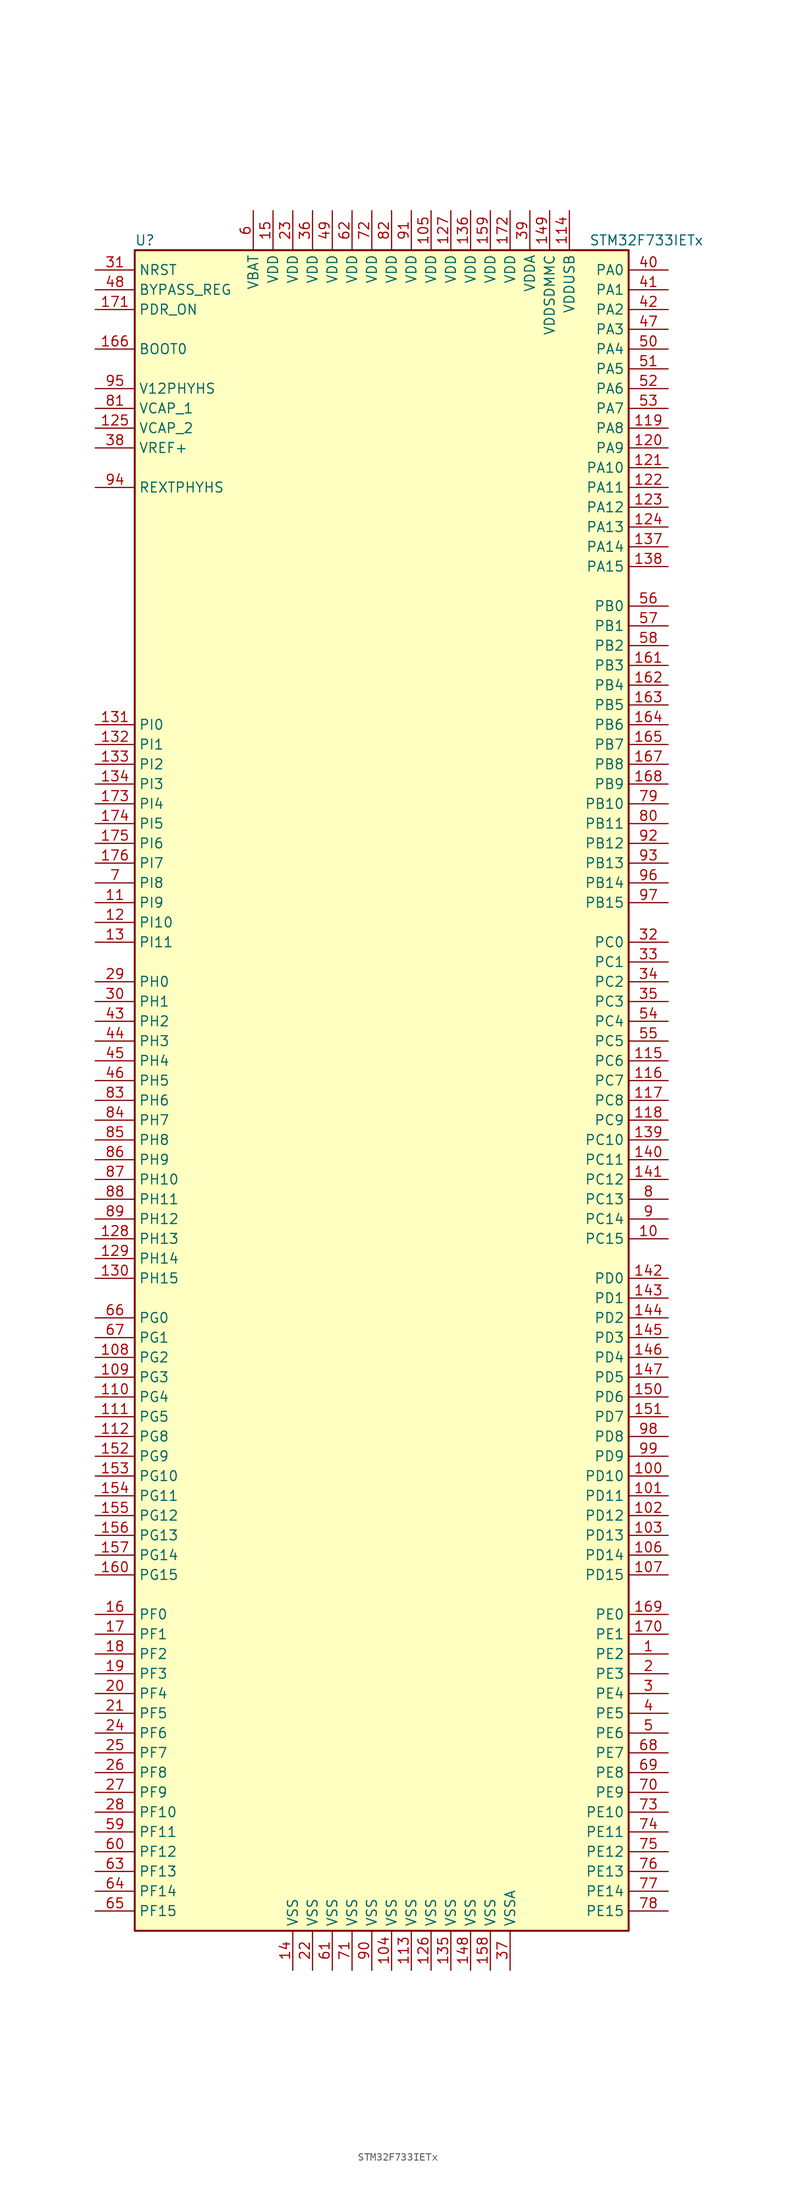
<source format=kicad_sym>
(kicad_symbol_lib
  (version 20211014)
  (generator kicad_symbol_editor)
  (symbol "STM32F733IETx"
    (property "Reference" "U"
      (at -33.02 107.95 0)
      (effects (font (size 1.27 1.27)) (justify left)))
    (property "Value" "STM32F733IETx"
      (at 25.4 107.95 0)
      (effects (font (size 1.27 1.27)) (justify left)))
    (symbol "STM32F733IETx_0_1"
      (rectangle (start -33.02 -109.22) (end 30.48 106.68) (stroke (width 0.254) (type default) (color 0 0 0 0)) (fill (type background))))
    (symbol "STM32F733IETx_1_1"
      (pin bidirectional line (at 35.56 -73.66 180) (length 5.08) (name "PE2" (effects (font (size 1.27 1.27)))) (number "1" (effects (font (size 1.27 1.27)))))
      (pin bidirectional line (at 35.56 -20.32 180) (length 5.08) (name "PC15" (effects (font (size 1.27 1.27)))) (number "10" (effects (font (size 1.27 1.27)))))
      (pin bidirectional line (at 35.56 -50.8 180) (length 5.08) (name "PD10" (effects (font (size 1.27 1.27)))) (number "100" (effects (font (size 1.27 1.27)))))
      (pin bidirectional line (at 35.56 -53.34 180) (length 5.08) (name "PD11" (effects (font (size 1.27 1.27)))) (number "101" (effects (font (size 1.27 1.27)))))
      (pin bidirectional line (at 35.56 -55.88 180) (length 5.08) (name "PD12" (effects (font (size 1.27 1.27)))) (number "102" (effects (font (size 1.27 1.27)))))
      (pin bidirectional line (at 35.56 -58.42 180) (length 5.08) (name "PD13" (effects (font (size 1.27 1.27)))) (number "103" (effects (font (size 1.27 1.27)))))
      (pin power_in line (at 0 -114.3 90) (length 5.08) (name "VSS" (effects (font (size 1.27 1.27)))) (number "104" (effects (font (size 1.27 1.27)))))
      (pin power_in line (at 5.08 111.76 270) (length 5.08) (name "VDD" (effects (font (size 1.27 1.27)))) (number "105" (effects (font (size 1.27 1.27)))))
      (pin bidirectional line (at 35.56 -60.96 180) (length 5.08) (name "PD14" (effects (font (size 1.27 1.27)))) (number "106" (effects (font (size 1.27 1.27)))))
      (pin bidirectional line (at 35.56 -63.5 180) (length 5.08) (name "PD15" (effects (font (size 1.27 1.27)))) (number "107" (effects (font (size 1.27 1.27)))))
      (pin bidirectional line (at -38.1 -35.56 0) (length 5.08) (name "PG2" (effects (font (size 1.27 1.27)))) (number "108" (effects (font (size 1.27 1.27)))))
      (pin bidirectional line (at -38.1 -38.1 0) (length 5.08) (name "PG3" (effects (font (size 1.27 1.27)))) (number "109" (effects (font (size 1.27 1.27)))))
      (pin bidirectional line (at -38.1 22.86 0) (length 5.08) (name "PI9" (effects (font (size 1.27 1.27)))) (number "11" (effects (font (size 1.27 1.27)))))
      (pin bidirectional line (at -38.1 -40.64 0) (length 5.08) (name "PG4" (effects (font (size 1.27 1.27)))) (number "110" (effects (font (size 1.27 1.27)))))
      (pin bidirectional line (at -38.1 -43.18 0) (length 5.08) (name "PG5" (effects (font (size 1.27 1.27)))) (number "111" (effects (font (size 1.27 1.27)))))
      (pin bidirectional line (at -38.1 -45.72 0) (length 5.08) (name "PG8" (effects (font (size 1.27 1.27)))) (number "112" (effects (font (size 1.27 1.27)))))
      (pin power_in line (at 2.54 -114.3 90) (length 5.08) (name "VSS" (effects (font (size 1.27 1.27)))) (number "113" (effects (font (size 1.27 1.27)))))
      (pin power_in line (at 22.86 111.76 270) (length 5.08) (name "VDDUSB" (effects (font (size 1.27 1.27)))) (number "114" (effects (font (size 1.27 1.27)))))
      (pin bidirectional line (at 35.56 2.54 180) (length 5.08) (name "PC6" (effects (font (size 1.27 1.27)))) (number "115" (effects (font (size 1.27 1.27)))))
      (pin bidirectional line (at 35.56 0 180) (length 5.08) (name "PC7" (effects (font (size 1.27 1.27)))) (number "116" (effects (font (size 1.27 1.27)))))
      (pin bidirectional line (at 35.56 -2.54 180) (length 5.08) (name "PC8" (effects (font (size 1.27 1.27)))) (number "117" (effects (font (size 1.27 1.27)))))
      (pin bidirectional line (at 35.56 -5.08 180) (length 5.08) (name "PC9" (effects (font (size 1.27 1.27)))) (number "118" (effects (font (size 1.27 1.27)))))
      (pin bidirectional line (at 35.56 83.82 180) (length 5.08) (name "PA8" (effects (font (size 1.27 1.27)))) (number "119" (effects (font (size 1.27 1.27)))))
      (pin bidirectional line (at -38.1 20.32 0) (length 5.08) (name "PI10" (effects (font (size 1.27 1.27)))) (number "12" (effects (font (size 1.27 1.27)))))
      (pin bidirectional line (at 35.56 81.28 180) (length 5.08) (name "PA9" (effects (font (size 1.27 1.27)))) (number "120" (effects (font (size 1.27 1.27)))))
      (pin bidirectional line (at 35.56 78.74 180) (length 5.08) (name "PA10" (effects (font (size 1.27 1.27)))) (number "121" (effects (font (size 1.27 1.27)))))
      (pin bidirectional line (at 35.56 76.2 180) (length 5.08) (name "PA11" (effects (font (size 1.27 1.27)))) (number "122" (effects (font (size 1.27 1.27)))))
      (pin bidirectional line (at 35.56 73.66 180) (length 5.08) (name "PA12" (effects (font (size 1.27 1.27)))) (number "123" (effects (font (size 1.27 1.27)))))
      (pin bidirectional line (at 35.56 71.12 180) (length 5.08) (name "PA13" (effects (font (size 1.27 1.27)))) (number "124" (effects (font (size 1.27 1.27)))))
      (pin power_in line (at -38.1 83.82 0) (length 5.08) (name "VCAP_2" (effects (font (size 1.27 1.27)))) (number "125" (effects (font (size 1.27 1.27)))))
      (pin power_in line (at 5.08 -114.3 90) (length 5.08) (name "VSS" (effects (font (size 1.27 1.27)))) (number "126" (effects (font (size 1.27 1.27)))))
      (pin power_in line (at 7.62 111.76 270) (length 5.08) (name "VDD" (effects (font (size 1.27 1.27)))) (number "127" (effects (font (size 1.27 1.27)))))
      (pin bidirectional line (at -38.1 -20.32 0) (length 5.08) (name "PH13" (effects (font (size 1.27 1.27)))) (number "128" (effects (font (size 1.27 1.27)))))
      (pin bidirectional line (at -38.1 -22.86 0) (length 5.08) (name "PH14" (effects (font (size 1.27 1.27)))) (number "129" (effects (font (size 1.27 1.27)))))
      (pin bidirectional line (at -38.1 17.78 0) (length 5.08) (name "PI11" (effects (font (size 1.27 1.27)))) (number "13" (effects (font (size 1.27 1.27)))))
      (pin bidirectional line (at -38.1 -25.4 0) (length 5.08) (name "PH15" (effects (font (size 1.27 1.27)))) (number "130" (effects (font (size 1.27 1.27)))))
      (pin bidirectional line (at -38.1 45.72 0) (length 5.08) (name "PI0" (effects (font (size 1.27 1.27)))) (number "131" (effects (font (size 1.27 1.27)))))
      (pin bidirectional line (at -38.1 43.18 0) (length 5.08) (name "PI1" (effects (font (size 1.27 1.27)))) (number "132" (effects (font (size 1.27 1.27)))))
      (pin bidirectional line (at -38.1 40.64 0) (length 5.08) (name "PI2" (effects (font (size 1.27 1.27)))) (number "133" (effects (font (size 1.27 1.27)))))
      (pin bidirectional line (at -38.1 38.1 0) (length 5.08) (name "PI3" (effects (font (size 1.27 1.27)))) (number "134" (effects (font (size 1.27 1.27)))))
      (pin power_in line (at 7.62 -114.3 90) (length 5.08) (name "VSS" (effects (font (size 1.27 1.27)))) (number "135" (effects (font (size 1.27 1.27)))))
      (pin power_in line (at 10.16 111.76 270) (length 5.08) (name "VDD" (effects (font (size 1.27 1.27)))) (number "136" (effects (font (size 1.27 1.27)))))
      (pin bidirectional line (at 35.56 68.58 180) (length 5.08) (name "PA14" (effects (font (size 1.27 1.27)))) (number "137" (effects (font (size 1.27 1.27)))))
      (pin bidirectional line (at 35.56 66.04 180) (length 5.08) (name "PA15" (effects (font (size 1.27 1.27)))) (number "138" (effects (font (size 1.27 1.27)))))
      (pin bidirectional line (at 35.56 -7.62 180) (length 5.08) (name "PC10" (effects (font (size 1.27 1.27)))) (number "139" (effects (font (size 1.27 1.27)))))
      (pin power_in line (at -12.7 -114.3 90) (length 5.08) (name "VSS" (effects (font (size 1.27 1.27)))) (number "14" (effects (font (size 1.27 1.27)))))
      (pin bidirectional line (at 35.56 -10.16 180) (length 5.08) (name "PC11" (effects (font (size 1.27 1.27)))) (number "140" (effects (font (size 1.27 1.27)))))
      (pin bidirectional line (at 35.56 -12.7 180) (length 5.08) (name "PC12" (effects (font (size 1.27 1.27)))) (number "141" (effects (font (size 1.27 1.27)))))
      (pin bidirectional line (at 35.56 -25.4 180) (length 5.08) (name "PD0" (effects (font (size 1.27 1.27)))) (number "142" (effects (font (size 1.27 1.27)))))
      (pin bidirectional line (at 35.56 -27.94 180) (length 5.08) (name "PD1" (effects (font (size 1.27 1.27)))) (number "143" (effects (font (size 1.27 1.27)))))
      (pin bidirectional line (at 35.56 -30.48 180) (length 5.08) (name "PD2" (effects (font (size 1.27 1.27)))) (number "144" (effects (font (size 1.27 1.27)))))
      (pin bidirectional line (at 35.56 -33.02 180) (length 5.08) (name "PD3" (effects (font (size 1.27 1.27)))) (number "145" (effects (font (size 1.27 1.27)))))
      (pin bidirectional line (at 35.56 -35.56 180) (length 5.08) (name "PD4" (effects (font (size 1.27 1.27)))) (number "146" (effects (font (size 1.27 1.27)))))
      (pin bidirectional line (at 35.56 -38.1 180) (length 5.08) (name "PD5" (effects (font (size 1.27 1.27)))) (number "147" (effects (font (size 1.27 1.27)))))
      (pin power_in line (at 10.16 -114.3 90) (length 5.08) (name "VSS" (effects (font (size 1.27 1.27)))) (number "148" (effects (font (size 1.27 1.27)))))
      (pin power_in line (at 20.32 111.76 270) (length 5.08) (name "VDDSDMMC" (effects (font (size 1.27 1.27)))) (number "149" (effects (font (size 1.27 1.27)))))
      (pin power_in line (at -15.24 111.76 270) (length 5.08) (name "VDD" (effects (font (size 1.27 1.27)))) (number "15" (effects (font (size 1.27 1.27)))))
      (pin bidirectional line (at 35.56 -40.64 180) (length 5.08) (name "PD6" (effects (font (size 1.27 1.27)))) (number "150" (effects (font (size 1.27 1.27)))))
      (pin bidirectional line (at 35.56 -43.18 180) (length 5.08) (name "PD7" (effects (font (size 1.27 1.27)))) (number "151" (effects (font (size 1.27 1.27)))))
      (pin bidirectional line (at -38.1 -48.26 0) (length 5.08) (name "PG9" (effects (font (size 1.27 1.27)))) (number "152" (effects (font (size 1.27 1.27)))))
      (pin bidirectional line (at -38.1 -50.8 0) (length 5.08) (name "PG10" (effects (font (size 1.27 1.27)))) (number "153" (effects (font (size 1.27 1.27)))))
      (pin bidirectional line (at -38.1 -53.34 0) (length 5.08) (name "PG11" (effects (font (size 1.27 1.27)))) (number "154" (effects (font (size 1.27 1.27)))))
      (pin bidirectional line (at -38.1 -55.88 0) (length 5.08) (name "PG12" (effects (font (size 1.27 1.27)))) (number "155" (effects (font (size 1.27 1.27)))))
      (pin bidirectional line (at -38.1 -58.42 0) (length 5.08) (name "PG13" (effects (font (size 1.27 1.27)))) (number "156" (effects (font (size 1.27 1.27)))))
      (pin bidirectional line (at -38.1 -60.96 0) (length 5.08) (name "PG14" (effects (font (size 1.27 1.27)))) (number "157" (effects (font (size 1.27 1.27)))))
      (pin power_in line (at 12.7 -114.3 90) (length 5.08) (name "VSS" (effects (font (size 1.27 1.27)))) (number "158" (effects (font (size 1.27 1.27)))))
      (pin power_in line (at 12.7 111.76 270) (length 5.08) (name "VDD" (effects (font (size 1.27 1.27)))) (number "159" (effects (font (size 1.27 1.27)))))
      (pin bidirectional line (at -38.1 -68.58 0) (length 5.08) (name "PF0" (effects (font (size 1.27 1.27)))) (number "16" (effects (font (size 1.27 1.27)))))
      (pin bidirectional line (at -38.1 -63.5 0) (length 5.08) (name "PG15" (effects (font (size 1.27 1.27)))) (number "160" (effects (font (size 1.27 1.27)))))
      (pin bidirectional line (at 35.56 53.34 180) (length 5.08) (name "PB3" (effects (font (size 1.27 1.27)))) (number "161" (effects (font (size 1.27 1.27)))))
      (pin bidirectional line (at 35.56 50.8 180) (length 5.08) (name "PB4" (effects (font (size 1.27 1.27)))) (number "162" (effects (font (size 1.27 1.27)))))
      (pin bidirectional line (at 35.56 48.26 180) (length 5.08) (name "PB5" (effects (font (size 1.27 1.27)))) (number "163" (effects (font (size 1.27 1.27)))))
      (pin bidirectional line (at 35.56 45.72 180) (length 5.08) (name "PB6" (effects (font (size 1.27 1.27)))) (number "164" (effects (font (size 1.27 1.27)))))
      (pin bidirectional line (at 35.56 43.18 180) (length 5.08) (name "PB7" (effects (font (size 1.27 1.27)))) (number "165" (effects (font (size 1.27 1.27)))))
      (pin input line (at -38.1 93.98 0) (length 5.08) (name "BOOT0" (effects (font (size 1.27 1.27)))) (number "166" (effects (font (size 1.27 1.27)))))
      (pin bidirectional line (at 35.56 40.64 180) (length 5.08) (name "PB8" (effects (font (size 1.27 1.27)))) (number "167" (effects (font (size 1.27 1.27)))))
      (pin bidirectional line (at 35.56 38.1 180) (length 5.08) (name "PB9" (effects (font (size 1.27 1.27)))) (number "168" (effects (font (size 1.27 1.27)))))
      (pin bidirectional line (at 35.56 -68.58 180) (length 5.08) (name "PE0" (effects (font (size 1.27 1.27)))) (number "169" (effects (font (size 1.27 1.27)))))
      (pin bidirectional line (at -38.1 -71.12 0) (length 5.08) (name "PF1" (effects (font (size 1.27 1.27)))) (number "17" (effects (font (size 1.27 1.27)))))
      (pin bidirectional line (at 35.56 -71.12 180) (length 5.08) (name "PE1" (effects (font (size 1.27 1.27)))) (number "170" (effects (font (size 1.27 1.27)))))
      (pin input line (at -38.1 99.06 0) (length 5.08) (name "PDR_ON" (effects (font (size 1.27 1.27)))) (number "171" (effects (font (size 1.27 1.27)))))
      (pin power_in line (at 15.24 111.76 270) (length 5.08) (name "VDD" (effects (font (size 1.27 1.27)))) (number "172" (effects (font (size 1.27 1.27)))))
      (pin bidirectional line (at -38.1 35.56 0) (length 5.08) (name "PI4" (effects (font (size 1.27 1.27)))) (number "173" (effects (font (size 1.27 1.27)))))
      (pin bidirectional line (at -38.1 33.02 0) (length 5.08) (name "PI5" (effects (font (size 1.27 1.27)))) (number "174" (effects (font (size 1.27 1.27)))))
      (pin bidirectional line (at -38.1 30.48 0) (length 5.08) (name "PI6" (effects (font (size 1.27 1.27)))) (number "175" (effects (font (size 1.27 1.27)))))
      (pin bidirectional line (at -38.1 27.94 0) (length 5.08) (name "PI7" (effects (font (size 1.27 1.27)))) (number "176" (effects (font (size 1.27 1.27)))))
      (pin bidirectional line (at -38.1 -73.66 0) (length 5.08) (name "PF2" (effects (font (size 1.27 1.27)))) (number "18" (effects (font (size 1.27 1.27)))))
      (pin bidirectional line (at -38.1 -76.2 0) (length 5.08) (name "PF3" (effects (font (size 1.27 1.27)))) (number "19" (effects (font (size 1.27 1.27)))))
      (pin bidirectional line (at 35.56 -76.2 180) (length 5.08) (name "PE3" (effects (font (size 1.27 1.27)))) (number "2" (effects (font (size 1.27 1.27)))))
      (pin bidirectional line (at -38.1 -78.74 0) (length 5.08) (name "PF4" (effects (font (size 1.27 1.27)))) (number "20" (effects (font (size 1.27 1.27)))))
      (pin bidirectional line (at -38.1 -81.28 0) (length 5.08) (name "PF5" (effects (font (size 1.27 1.27)))) (number "21" (effects (font (size 1.27 1.27)))))
      (pin power_in line (at -10.16 -114.3 90) (length 5.08) (name "VSS" (effects (font (size 1.27 1.27)))) (number "22" (effects (font (size 1.27 1.27)))))
      (pin power_in line (at -12.7 111.76 270) (length 5.08) (name "VDD" (effects (font (size 1.27 1.27)))) (number "23" (effects (font (size 1.27 1.27)))))
      (pin bidirectional line (at -38.1 -83.82 0) (length 5.08) (name "PF6" (effects (font (size 1.27 1.27)))) (number "24" (effects (font (size 1.27 1.27)))))
      (pin bidirectional line (at -38.1 -86.36 0) (length 5.08) (name "PF7" (effects (font (size 1.27 1.27)))) (number "25" (effects (font (size 1.27 1.27)))))
      (pin bidirectional line (at -38.1 -88.9 0) (length 5.08) (name "PF8" (effects (font (size 1.27 1.27)))) (number "26" (effects (font (size 1.27 1.27)))))
      (pin bidirectional line (at -38.1 -91.44 0) (length 5.08) (name "PF9" (effects (font (size 1.27 1.27)))) (number "27" (effects (font (size 1.27 1.27)))))
      (pin bidirectional line (at -38.1 -93.98 0) (length 5.08) (name "PF10" (effects (font (size 1.27 1.27)))) (number "28" (effects (font (size 1.27 1.27)))))
      (pin input line (at -38.1 12.7 0) (length 5.08) (name "PH0" (effects (font (size 1.27 1.27)))) (number "29" (effects (font (size 1.27 1.27)))))
      (pin bidirectional line (at 35.56 -78.74 180) (length 5.08) (name "PE4" (effects (font (size 1.27 1.27)))) (number "3" (effects (font (size 1.27 1.27)))))
      (pin input line (at -38.1 10.16 0) (length 5.08) (name "PH1" (effects (font (size 1.27 1.27)))) (number "30" (effects (font (size 1.27 1.27)))))
      (pin input line (at -38.1 104.14 0) (length 5.08) (name "NRST" (effects (font (size 1.27 1.27)))) (number "31" (effects (font (size 1.27 1.27)))))
      (pin bidirectional line (at 35.56 17.78 180) (length 5.08) (name "PC0" (effects (font (size 1.27 1.27)))) (number "32" (effects (font (size 1.27 1.27)))))
      (pin bidirectional line (at 35.56 15.24 180) (length 5.08) (name "PC1" (effects (font (size 1.27 1.27)))) (number "33" (effects (font (size 1.27 1.27)))))
      (pin bidirectional line (at 35.56 12.7 180) (length 5.08) (name "PC2" (effects (font (size 1.27 1.27)))) (number "34" (effects (font (size 1.27 1.27)))))
      (pin bidirectional line (at 35.56 10.16 180) (length 5.08) (name "PC3" (effects (font (size 1.27 1.27)))) (number "35" (effects (font (size 1.27 1.27)))))
      (pin power_in line (at -10.16 111.76 270) (length 5.08) (name "VDD" (effects (font (size 1.27 1.27)))) (number "36" (effects (font (size 1.27 1.27)))))
      (pin power_in line (at 15.24 -114.3 90) (length 5.08) (name "VSSA" (effects (font (size 1.27 1.27)))) (number "37" (effects (font (size 1.27 1.27)))))
      (pin power_in line (at -38.1 81.28 0) (length 5.08) (name "VREF+" (effects (font (size 1.27 1.27)))) (number "38" (effects (font (size 1.27 1.27)))))
      (pin power_in line (at 17.78 111.76 270) (length 5.08) (name "VDDA" (effects (font (size 1.27 1.27)))) (number "39" (effects (font (size 1.27 1.27)))))
      (pin bidirectional line (at 35.56 -81.28 180) (length 5.08) (name "PE5" (effects (font (size 1.27 1.27)))) (number "4" (effects (font (size 1.27 1.27)))))
      (pin bidirectional line (at 35.56 104.14 180) (length 5.08) (name "PA0" (effects (font (size 1.27 1.27)))) (number "40" (effects (font (size 1.27 1.27)))))
      (pin bidirectional line (at 35.56 101.6 180) (length 5.08) (name "PA1" (effects (font (size 1.27 1.27)))) (number "41" (effects (font (size 1.27 1.27)))))
      (pin bidirectional line (at 35.56 99.06 180) (length 5.08) (name "PA2" (effects (font (size 1.27 1.27)))) (number "42" (effects (font (size 1.27 1.27)))))
      (pin bidirectional line (at -38.1 7.62 0) (length 5.08) (name "PH2" (effects (font (size 1.27 1.27)))) (number "43" (effects (font (size 1.27 1.27)))))
      (pin bidirectional line (at -38.1 5.08 0) (length 5.08) (name "PH3" (effects (font (size 1.27 1.27)))) (number "44" (effects (font (size 1.27 1.27)))))
      (pin bidirectional line (at -38.1 2.54 0) (length 5.08) (name "PH4" (effects (font (size 1.27 1.27)))) (number "45" (effects (font (size 1.27 1.27)))))
      (pin bidirectional line (at -38.1 0 0) (length 5.08) (name "PH5" (effects (font (size 1.27 1.27)))) (number "46" (effects (font (size 1.27 1.27)))))
      (pin bidirectional line (at 35.56 96.52 180) (length 5.08) (name "PA3" (effects (font (size 1.27 1.27)))) (number "47" (effects (font (size 1.27 1.27)))))
      (pin input line (at -38.1 101.6 0) (length 5.08) (name "BYPASS_REG" (effects (font (size 1.27 1.27)))) (number "48" (effects (font (size 1.27 1.27)))))
      (pin power_in line (at -7.62 111.76 270) (length 5.08) (name "VDD" (effects (font (size 1.27 1.27)))) (number "49" (effects (font (size 1.27 1.27)))))
      (pin bidirectional line (at 35.56 -83.82 180) (length 5.08) (name "PE6" (effects (font (size 1.27 1.27)))) (number "5" (effects (font (size 1.27 1.27)))))
      (pin bidirectional line (at 35.56 93.98 180) (length 5.08) (name "PA4" (effects (font (size 1.27 1.27)))) (number "50" (effects (font (size 1.27 1.27)))))
      (pin bidirectional line (at 35.56 91.44 180) (length 5.08) (name "PA5" (effects (font (size 1.27 1.27)))) (number "51" (effects (font (size 1.27 1.27)))))
      (pin bidirectional line (at 35.56 88.9 180) (length 5.08) (name "PA6" (effects (font (size 1.27 1.27)))) (number "52" (effects (font (size 1.27 1.27)))))
      (pin bidirectional line (at 35.56 86.36 180) (length 5.08) (name "PA7" (effects (font (size 1.27 1.27)))) (number "53" (effects (font (size 1.27 1.27)))))
      (pin bidirectional line (at 35.56 7.62 180) (length 5.08) (name "PC4" (effects (font (size 1.27 1.27)))) (number "54" (effects (font (size 1.27 1.27)))))
      (pin bidirectional line (at 35.56 5.08 180) (length 5.08) (name "PC5" (effects (font (size 1.27 1.27)))) (number "55" (effects (font (size 1.27 1.27)))))
      (pin bidirectional line (at 35.56 60.96 180) (length 5.08) (name "PB0" (effects (font (size 1.27 1.27)))) (number "56" (effects (font (size 1.27 1.27)))))
      (pin bidirectional line (at 35.56 58.42 180) (length 5.08) (name "PB1" (effects (font (size 1.27 1.27)))) (number "57" (effects (font (size 1.27 1.27)))))
      (pin bidirectional line (at 35.56 55.88 180) (length 5.08) (name "PB2" (effects (font (size 1.27 1.27)))) (number "58" (effects (font (size 1.27 1.27)))))
      (pin bidirectional line (at -38.1 -96.52 0) (length 5.08) (name "PF11" (effects (font (size 1.27 1.27)))) (number "59" (effects (font (size 1.27 1.27)))))
      (pin power_in line (at -17.78 111.76 270) (length 5.08) (name "VBAT" (effects (font (size 1.27 1.27)))) (number "6" (effects (font (size 1.27 1.27)))))
      (pin bidirectional line (at -38.1 -99.06 0) (length 5.08) (name "PF12" (effects (font (size 1.27 1.27)))) (number "60" (effects (font (size 1.27 1.27)))))
      (pin power_in line (at -7.62 -114.3 90) (length 5.08) (name "VSS" (effects (font (size 1.27 1.27)))) (number "61" (effects (font (size 1.27 1.27)))))
      (pin power_in line (at -5.08 111.76 270) (length 5.08) (name "VDD" (effects (font (size 1.27 1.27)))) (number "62" (effects (font (size 1.27 1.27)))))
      (pin bidirectional line (at -38.1 -101.6 0) (length 5.08) (name "PF13" (effects (font (size 1.27 1.27)))) (number "63" (effects (font (size 1.27 1.27)))))
      (pin bidirectional line (at -38.1 -104.14 0) (length 5.08) (name "PF14" (effects (font (size 1.27 1.27)))) (number "64" (effects (font (size 1.27 1.27)))))
      (pin bidirectional line (at -38.1 -106.68 0) (length 5.08) (name "PF15" (effects (font (size 1.27 1.27)))) (number "65" (effects (font (size 1.27 1.27)))))
      (pin bidirectional line (at -38.1 -30.48 0) (length 5.08) (name "PG0" (effects (font (size 1.27 1.27)))) (number "66" (effects (font (size 1.27 1.27)))))
      (pin bidirectional line (at -38.1 -33.02 0) (length 5.08) (name "PG1" (effects (font (size 1.27 1.27)))) (number "67" (effects (font (size 1.27 1.27)))))
      (pin bidirectional line (at 35.56 -86.36 180) (length 5.08) (name "PE7" (effects (font (size 1.27 1.27)))) (number "68" (effects (font (size 1.27 1.27)))))
      (pin bidirectional line (at 35.56 -88.9 180) (length 5.08) (name "PE8" (effects (font (size 1.27 1.27)))) (number "69" (effects (font (size 1.27 1.27)))))
      (pin bidirectional line (at -38.1 25.4 0) (length 5.08) (name "PI8" (effects (font (size 1.27 1.27)))) (number "7" (effects (font (size 1.27 1.27)))))
      (pin bidirectional line (at 35.56 -91.44 180) (length 5.08) (name "PE9" (effects (font (size 1.27 1.27)))) (number "70" (effects (font (size 1.27 1.27)))))
      (pin power_in line (at -5.08 -114.3 90) (length 5.08) (name "VSS" (effects (font (size 1.27 1.27)))) (number "71" (effects (font (size 1.27 1.27)))))
      (pin power_in line (at -2.54 111.76 270) (length 5.08) (name "VDD" (effects (font (size 1.27 1.27)))) (number "72" (effects (font (size 1.27 1.27)))))
      (pin bidirectional line (at 35.56 -93.98 180) (length 5.08) (name "PE10" (effects (font (size 1.27 1.27)))) (number "73" (effects (font (size 1.27 1.27)))))
      (pin bidirectional line (at 35.56 -96.52 180) (length 5.08) (name "PE11" (effects (font (size 1.27 1.27)))) (number "74" (effects (font (size 1.27 1.27)))))
      (pin bidirectional line (at 35.56 -99.06 180) (length 5.08) (name "PE12" (effects (font (size 1.27 1.27)))) (number "75" (effects (font (size 1.27 1.27)))))
      (pin bidirectional line (at 35.56 -101.6 180) (length 5.08) (name "PE13" (effects (font (size 1.27 1.27)))) (number "76" (effects (font (size 1.27 1.27)))))
      (pin bidirectional line (at 35.56 -104.14 180) (length 5.08) (name "PE14" (effects (font (size 1.27 1.27)))) (number "77" (effects (font (size 1.27 1.27)))))
      (pin bidirectional line (at 35.56 -106.68 180) (length 5.08) (name "PE15" (effects (font (size 1.27 1.27)))) (number "78" (effects (font (size 1.27 1.27)))))
      (pin bidirectional line (at 35.56 35.56 180) (length 5.08) (name "PB10" (effects (font (size 1.27 1.27)))) (number "79" (effects (font (size 1.27 1.27)))))
      (pin bidirectional line (at 35.56 -15.24 180) (length 5.08) (name "PC13" (effects (font (size 1.27 1.27)))) (number "8" (effects (font (size 1.27 1.27)))))
      (pin bidirectional line (at 35.56 33.02 180) (length 5.08) (name "PB11" (effects (font (size 1.27 1.27)))) (number "80" (effects (font (size 1.27 1.27)))))
      (pin power_in line (at -38.1 86.36 0) (length 5.08) (name "VCAP_1" (effects (font (size 1.27 1.27)))) (number "81" (effects (font (size 1.27 1.27)))))
      (pin power_in line (at 0 111.76 270) (length 5.08) (name "VDD" (effects (font (size 1.27 1.27)))) (number "82" (effects (font (size 1.27 1.27)))))
      (pin bidirectional line (at -38.1 -2.54 0) (length 5.08) (name "PH6" (effects (font (size 1.27 1.27)))) (number "83" (effects (font (size 1.27 1.27)))))
      (pin bidirectional line (at -38.1 -5.08 0) (length 5.08) (name "PH7" (effects (font (size 1.27 1.27)))) (number "84" (effects (font (size 1.27 1.27)))))
      (pin bidirectional line (at -38.1 -7.62 0) (length 5.08) (name "PH8" (effects (font (size 1.27 1.27)))) (number "85" (effects (font (size 1.27 1.27)))))
      (pin bidirectional line (at -38.1 -10.16 0) (length 5.08) (name "PH9" (effects (font (size 1.27 1.27)))) (number "86" (effects (font (size 1.27 1.27)))))
      (pin bidirectional line (at -38.1 -12.7 0) (length 5.08) (name "PH10" (effects (font (size 1.27 1.27)))) (number "87" (effects (font (size 1.27 1.27)))))
      (pin bidirectional line (at -38.1 -15.24 0) (length 5.08) (name "PH11" (effects (font (size 1.27 1.27)))) (number "88" (effects (font (size 1.27 1.27)))))
      (pin bidirectional line (at -38.1 -17.78 0) (length 5.08) (name "PH12" (effects (font (size 1.27 1.27)))) (number "89" (effects (font (size 1.27 1.27)))))
      (pin bidirectional line (at 35.56 -17.78 180) (length 5.08) (name "PC14" (effects (font (size 1.27 1.27)))) (number "9" (effects (font (size 1.27 1.27)))))
      (pin power_in line (at -2.54 -114.3 90) (length 5.08) (name "VSS" (effects (font (size 1.27 1.27)))) (number "90" (effects (font (size 1.27 1.27)))))
      (pin power_in line (at 2.54 111.76 270) (length 5.08) (name "VDD" (effects (font (size 1.27 1.27)))) (number "91" (effects (font (size 1.27 1.27)))))
      (pin bidirectional line (at 35.56 30.48 180) (length 5.08) (name "PB12" (effects (font (size 1.27 1.27)))) (number "92" (effects (font (size 1.27 1.27)))))
      (pin bidirectional line (at 35.56 27.94 180) (length 5.08) (name "PB13" (effects (font (size 1.27 1.27)))) (number "93" (effects (font (size 1.27 1.27)))))
      (pin bidirectional line (at -38.1 76.2 0) (length 5.08) (name "REXTPHYHS" (effects (font (size 1.27 1.27)))) (number "94" (effects (font (size 1.27 1.27)))))
      (pin power_in line (at -38.1 88.9 0) (length 5.08) (name "V12PHYHS" (effects (font (size 1.27 1.27)))) (number "95" (effects (font (size 1.27 1.27)))))
      (pin bidirectional line (at 35.56 25.4 180) (length 5.08) (name "PB14" (effects (font (size 1.27 1.27)))) (number "96" (effects (font (size 1.27 1.27)))))
      (pin bidirectional line (at 35.56 22.86 180) (length 5.08) (name "PB15" (effects (font (size 1.27 1.27)))) (number "97" (effects (font (size 1.27 1.27)))))
      (pin bidirectional line (at 35.56 -45.72 180) (length 5.08) (name "PD8" (effects (font (size 1.27 1.27)))) (number "98" (effects (font (size 1.27 1.27)))))
      (pin bidirectional line (at 35.56 -48.26 180) (length 5.08) (name "PD9" (effects (font (size 1.27 1.27)))) (number "99" (effects (font (size 1.27 1.27))))))))
</source>
